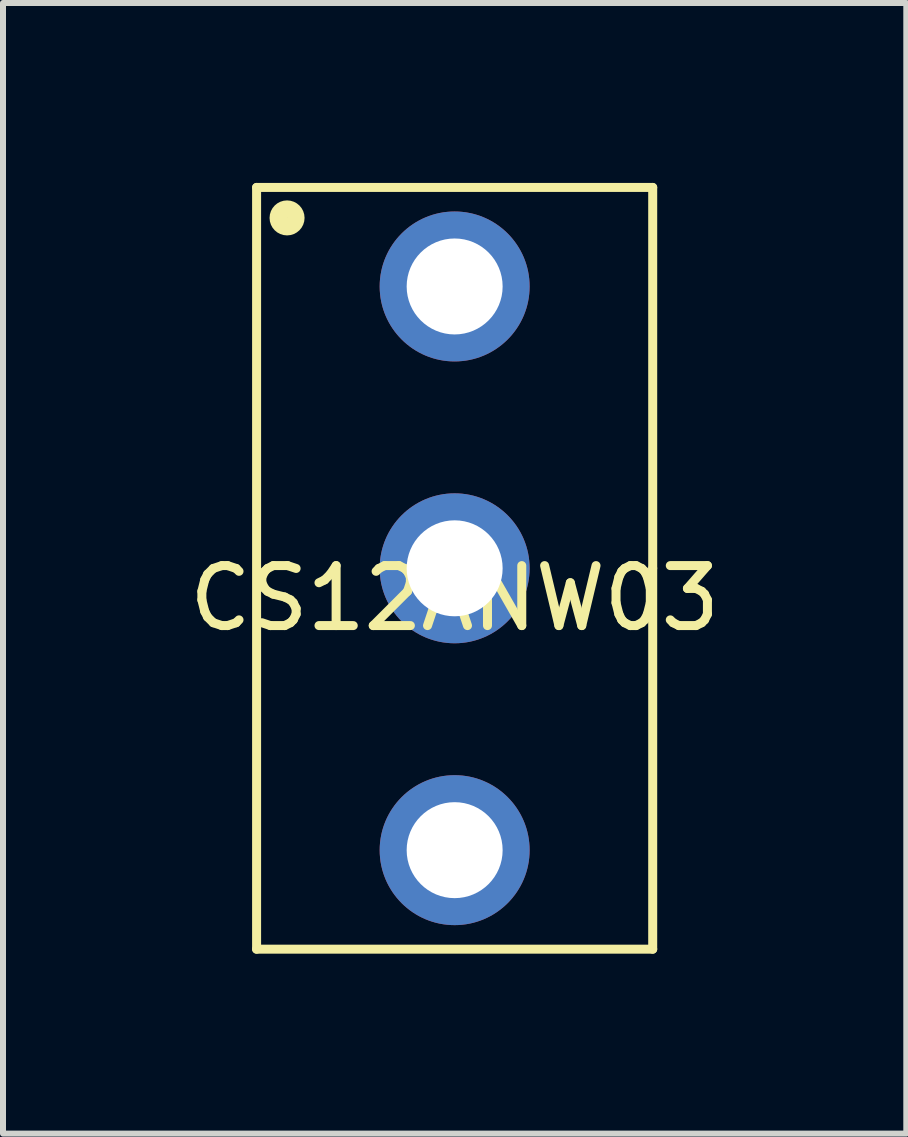
<source format=kicad_pcb>
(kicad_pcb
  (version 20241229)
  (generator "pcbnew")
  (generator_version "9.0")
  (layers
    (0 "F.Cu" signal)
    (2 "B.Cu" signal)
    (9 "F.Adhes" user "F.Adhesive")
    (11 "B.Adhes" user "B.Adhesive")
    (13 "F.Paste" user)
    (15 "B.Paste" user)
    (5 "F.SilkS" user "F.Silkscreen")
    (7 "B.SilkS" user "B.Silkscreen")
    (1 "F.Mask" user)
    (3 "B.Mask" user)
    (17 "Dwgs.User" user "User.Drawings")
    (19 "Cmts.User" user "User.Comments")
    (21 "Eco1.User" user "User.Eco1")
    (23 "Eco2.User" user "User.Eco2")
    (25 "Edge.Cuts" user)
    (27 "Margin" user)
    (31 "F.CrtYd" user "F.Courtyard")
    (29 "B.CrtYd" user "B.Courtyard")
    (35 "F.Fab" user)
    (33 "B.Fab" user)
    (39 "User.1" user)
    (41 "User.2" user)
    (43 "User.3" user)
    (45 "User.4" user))
  (footprint "CS12ANW03"
    (layer "F.Cu")
    (at 4.53 6.425)
    (property "Reference" "CS12ANW03" (at 0 0.5 0) (layer "F.SilkS") (effects (font (size 1 1) (thickness 0.15))))
    (attr through_hole)
    (fp_line (start -3.302 -6.35) (end 3.302 -6.35) (stroke (width 0.15) (type solid)) (layer "F.SilkS"))
    (fp_line (start -3.302 6.35) (end -3.302 -6.35) (stroke (width 0.15) (type solid)) (layer "F.SilkS"))
    (fp_line (start 3.302 -6.35) (end 3.302 0) (stroke (width 0.15) (type solid)) (layer "F.SilkS"))
    (fp_line (start 3.302 0) (end 3.302 6.35) (stroke (width 0.15) (type solid)) (layer "F.SilkS"))
    (fp_line (start 3.302 6.35) (end -3.302 6.35) (stroke (width 0.15) (type solid)) (layer "F.SilkS"))
    (fp_circle (center -2.794 -5.842) (end -2.743 -5.842) (stroke (width 0.15) (type solid)) (fill no) (layer "F.SilkS"))
    (fp_circle (center -2.794 -5.842) (end -2.718 -5.842) (stroke (width 0.15) (type solid)) (fill no) (layer "F.SilkS"))
    (fp_circle (center -2.794 -5.842) (end -2.591 -5.918) (stroke (width 0.15) (type solid)) (fill no) (layer "F.SilkS"))
    (pad "1" thru_hole circle (at 0 -4.699) (size 2.5 2.5) (drill 1.6) (layers "*.Cu" "*.Mask"))
    (pad "2" thru_hole circle (at 0 0 90) (size 2.5 2.5) (drill 1.6) (layers "*.Cu" "*.Mask"))
    (pad "3" thru_hole circle (at 0 4.699) (size 2.5 2.5) (drill 1.6) (layers "*.Cu" "*.Mask")))
  (gr_rect
    (start -3 -3)
    (end 12.06 15.85)
    (stroke (width 0.1) (type default))
    (fill no)
    (layer "Edge.Cuts")))
</source>
